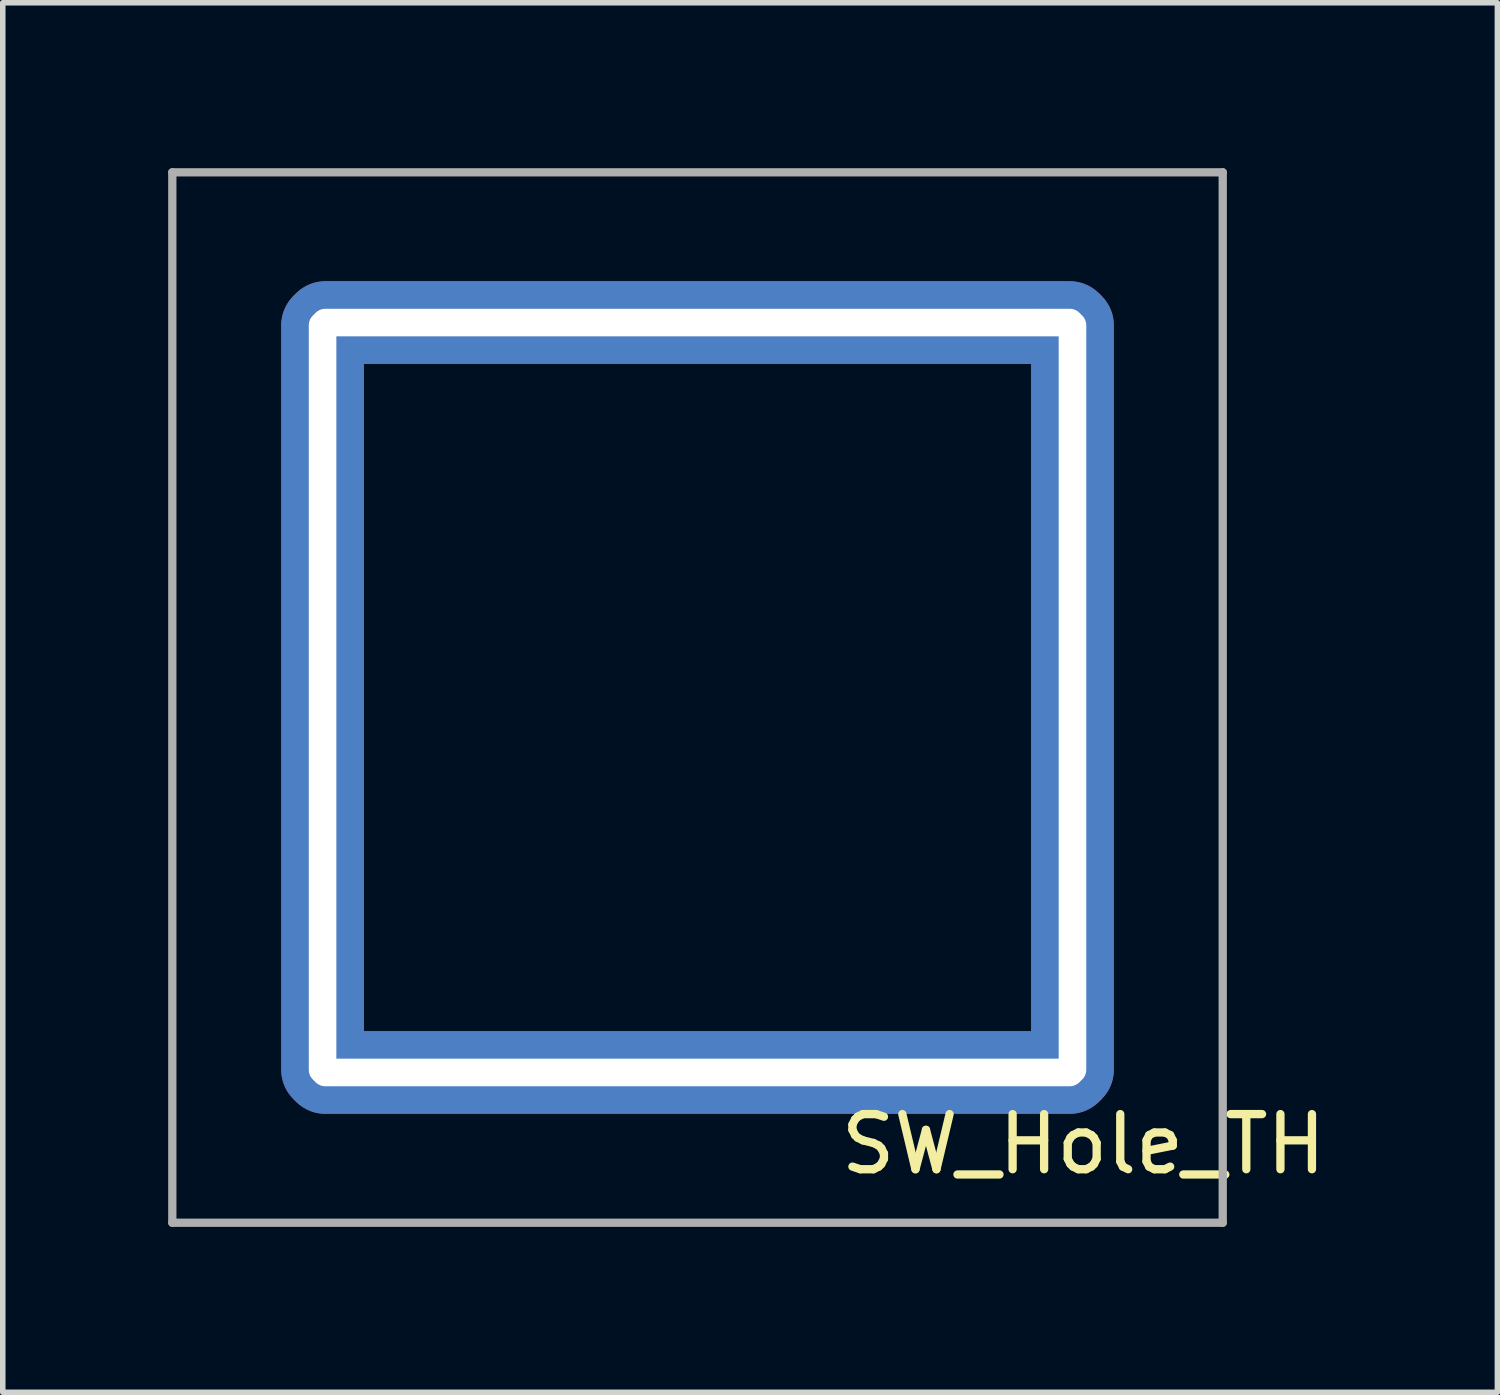
<source format=kicad_pcb>
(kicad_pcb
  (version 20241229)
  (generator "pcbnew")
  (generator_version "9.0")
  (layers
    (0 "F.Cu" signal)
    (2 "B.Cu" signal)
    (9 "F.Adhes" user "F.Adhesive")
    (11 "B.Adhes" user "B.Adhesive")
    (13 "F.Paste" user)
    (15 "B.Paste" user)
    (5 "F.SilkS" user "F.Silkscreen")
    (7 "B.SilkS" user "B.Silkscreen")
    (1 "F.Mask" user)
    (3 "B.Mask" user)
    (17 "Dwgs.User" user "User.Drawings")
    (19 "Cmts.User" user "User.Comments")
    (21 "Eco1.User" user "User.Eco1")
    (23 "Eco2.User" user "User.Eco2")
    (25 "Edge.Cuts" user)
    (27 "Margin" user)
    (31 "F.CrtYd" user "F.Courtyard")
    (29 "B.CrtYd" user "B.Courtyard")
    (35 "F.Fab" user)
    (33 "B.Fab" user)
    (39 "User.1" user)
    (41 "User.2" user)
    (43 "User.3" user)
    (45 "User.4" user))
  (footprint "SW_Hole_TH"
    (layer "F.Cu")
    (at 9.6 9.6)
    (property "Reference" "SW_Hole_TH" (at 7 8.1 0) (layer "F.SilkS") (effects (font (size 1 1) (thickness 0.15))))
    (attr through_hole)
    (fp_line (start -9.525 -9.525) (end -9.525 9.525) (stroke (width 0.15) (type solid)) (layer "F.Fab"))
    (fp_line (start -9.525 9.525) (end 9.525 9.525) (stroke (width 0.15) (type solid)) (layer "F.Fab"))
    (fp_line (start 9.525 -9.525) (end -9.525 -9.525) (stroke (width 0.15) (type solid)) (layer "F.Fab"))
    (fp_line (start 9.525 9.525) (end 9.525 -9.525) (stroke (width 0.15) (type solid)) (layer "F.Fab"))
    (pad "1" thru_hole oval (at -6.8 0) (size 1.5 15) (drill oval 0.5 14) (layers "*.Cu" "*.Mask"))
    (pad "1" thru_hole oval (at 0 -6.8 90) (size 1.5 15) (drill oval 0.5 14) (layers "*.Cu" "*.Mask"))
    (pad "1" thru_hole oval (at 0 6.8 90) (size 1.5 15) (drill oval 0.5 14) (layers "*.Cu" "*.Mask"))
    (pad "1" thru_hole oval (at 6.8 0) (size 1.5 15) (drill oval 0.5 14) (layers "*.Cu" "*.Mask")))
  (gr_rect
    (start -3 -3)
    (end 24.106 22.2)
    (stroke (width 0.1) (type default))
    (fill no)
    (layer "Edge.Cuts")))
</source>
